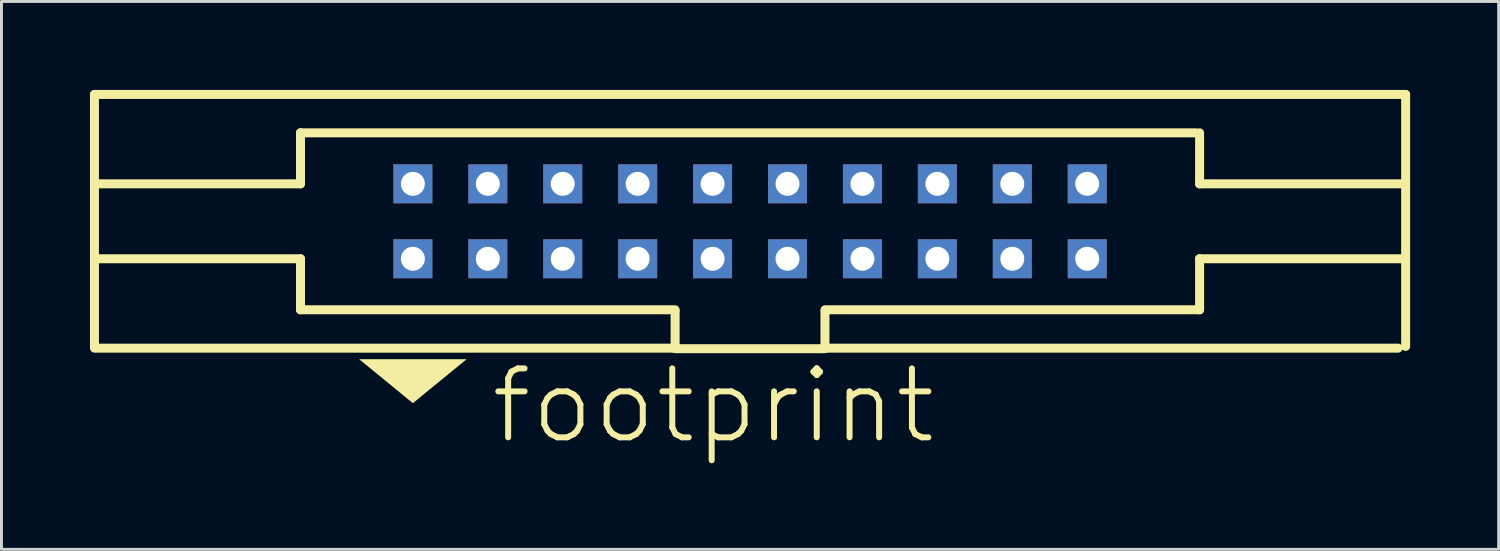
<source format=kicad_pcb>
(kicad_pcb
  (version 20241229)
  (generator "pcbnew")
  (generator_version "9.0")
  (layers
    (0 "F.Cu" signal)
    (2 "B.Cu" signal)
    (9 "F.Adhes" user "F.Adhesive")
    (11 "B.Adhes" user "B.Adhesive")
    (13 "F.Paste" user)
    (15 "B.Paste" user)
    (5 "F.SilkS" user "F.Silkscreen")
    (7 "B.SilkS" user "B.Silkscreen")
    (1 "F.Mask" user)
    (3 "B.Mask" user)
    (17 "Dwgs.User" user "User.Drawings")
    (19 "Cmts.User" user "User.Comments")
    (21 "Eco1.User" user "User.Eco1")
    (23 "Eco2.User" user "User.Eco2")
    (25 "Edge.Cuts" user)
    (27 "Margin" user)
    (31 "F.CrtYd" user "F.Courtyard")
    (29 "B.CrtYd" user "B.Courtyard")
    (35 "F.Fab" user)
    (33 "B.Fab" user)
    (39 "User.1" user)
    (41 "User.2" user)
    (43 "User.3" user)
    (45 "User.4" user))
  (footprint "footprint"
    (layer "F.Cu")
    (at 22.377 4.452)
    (property "Reference" "footprint" (at -8.89 7.62 0) (layer "F.SilkS") (effects (font (size 2.337 2.337) (thickness 0.203)) (justify left bottom)))
    (fp_line (start -22.225 -4.3) (end -22.225 4.242) (stroke (width 0.305) (type solid)) (layer "F.SilkS"))
    (fp_line (start -22.225 4.3) (end -2.54 4.3) (stroke (width 0.305) (type solid)) (layer "F.SilkS"))
    (fp_line (start -15.24 -1.27) (end -22.098 -1.27) (stroke (width 0.305) (type solid)) (layer "F.SilkS"))
    (fp_line (start -15.24 -1.27) (end -15.24 -3) (stroke (width 0.305) (type solid)) (layer "F.SilkS"))
    (fp_line (start -15.24 1.27) (end -22.098 1.27) (stroke (width 0.305) (type solid)) (layer "F.SilkS"))
    (fp_line (start -15.24 3) (end -15.24 1.27) (stroke (width 0.305) (type solid)) (layer "F.SilkS"))
    (fp_line (start -2.54 3) (end -15.24 3) (stroke (width 0.305) (type solid)) (layer "F.SilkS"))
    (fp_line (start -2.54 4.3) (end -2.54 3.048) (stroke (width 0.305) (type solid)) (layer "F.SilkS"))
    (fp_line (start -2.54 4.318) (end 2.54 4.318) (stroke (width 0.305) (type solid)) (layer "F.SilkS"))
    (fp_line (start 2.54 3.048) (end 2.54 4.3) (stroke (width 0.305) (type solid)) (layer "F.SilkS"))
    (fp_line (start 2.54 4.3) (end 21.971 4.3) (stroke (width 0.305) (type solid)) (layer "F.SilkS"))
    (fp_line (start 15.113 -3) (end -15.24 -3) (stroke (width 0.305) (type solid)) (layer "F.SilkS"))
    (fp_line (start 15.24 -1.27) (end 15.24 -3) (stroke (width 0.305) (type solid)) (layer "F.SilkS"))
    (fp_line (start 15.24 -1.27) (end 22.098 -1.27) (stroke (width 0.305) (type solid)) (layer "F.SilkS"))
    (fp_line (start 15.24 1.27) (end 22.098 1.27) (stroke (width 0.305) (type solid)) (layer "F.SilkS"))
    (fp_line (start 15.24 3) (end 2.54 3) (stroke (width 0.305) (type solid)) (layer "F.SilkS"))
    (fp_line (start 15.24 3) (end 15.24 1.27) (stroke (width 0.305) (type solid)) (layer "F.SilkS"))
    (fp_line (start 22.225 -4.3) (end -22.225 -4.3) (stroke (width 0.305) (type solid)) (layer "F.SilkS"))
    (fp_line (start 22.225 4.242) (end 22.225 -4.3) (stroke (width 0.305) (type solid)) (layer "F.SilkS"))
    (fp_poly (pts (xy -11.43 6.166) (xy -13.254 4.674) (xy -9.606 4.674)) (stroke (width 0) (type solid)) (fill yes) (layer "F.SilkS"))
    (pad "1" thru_hole rect (at -11.43 1.27) (size 1.321 1.321) (drill 0.813) (layers "*.Cu" "*.Mask"))
    (pad "2" thru_hole rect (at -11.43 -1.27) (size 1.321 1.321) (drill 0.813) (layers "*.Cu" "*.Mask"))
    (pad "3" thru_hole rect (at -8.89 1.27) (size 1.321 1.321) (drill 0.813) (layers "*.Cu" "*.Mask"))
    (pad "4" thru_hole rect (at -8.89 -1.27) (size 1.321 1.321) (drill 0.813) (layers "*.Cu" "*.Mask"))
    (pad "5" thru_hole rect (at -6.35 1.27) (size 1.321 1.321) (drill 0.813) (layers "*.Cu" "*.Mask"))
    (pad "6" thru_hole rect (at -6.35 -1.27) (size 1.321 1.321) (drill 0.813) (layers "*.Cu" "*.Mask"))
    (pad "7" thru_hole rect (at -3.81 1.27) (size 1.321 1.321) (drill 0.813) (layers "*.Cu" "*.Mask"))
    (pad "8" thru_hole rect (at -3.81 -1.27) (size 1.321 1.321) (drill 0.813) (layers "*.Cu" "*.Mask"))
    (pad "9" thru_hole rect (at -1.27 1.27) (size 1.321 1.321) (drill 0.813) (layers "*.Cu" "*.Mask"))
    (pad "10" thru_hole rect (at -1.27 -1.27) (size 1.321 1.321) (drill 0.813) (layers "*.Cu" "*.Mask"))
    (pad "11" thru_hole rect (at 1.27 1.27) (size 1.321 1.321) (drill 0.813) (layers "*.Cu" "*.Mask"))
    (pad "12" thru_hole rect (at 1.27 -1.27) (size 1.321 1.321) (drill 0.813) (layers "*.Cu" "*.Mask"))
    (pad "13" thru_hole rect (at 3.81 1.27) (size 1.321 1.321) (drill 0.813) (layers "*.Cu" "*.Mask"))
    (pad "14" thru_hole rect (at 3.81 -1.27) (size 1.321 1.321) (drill 0.813) (layers "*.Cu" "*.Mask"))
    (pad "15" thru_hole rect (at 6.35 1.27) (size 1.321 1.321) (drill 0.813) (layers "*.Cu" "*.Mask"))
    (pad "16" thru_hole rect (at 6.35 -1.27) (size 1.321 1.321) (drill 0.813) (layers "*.Cu" "*.Mask"))
    (pad "17" thru_hole rect (at 8.89 1.27) (size 1.321 1.321) (drill 0.813) (layers "*.Cu" "*.Mask"))
    (pad "18" thru_hole rect (at 8.89 -1.27) (size 1.321 1.321) (drill 0.813) (layers "*.Cu" "*.Mask"))
    (pad "19" thru_hole rect (at 11.43 1.27) (size 1.321 1.321) (drill 0.813) (layers "*.Cu" "*.Mask"))
    (pad "20" thru_hole rect (at 11.43 -1.27) (size 1.321 1.321) (drill 0.813) (layers "*.Cu" "*.Mask")))
  (gr_rect
    (start -3 -3)
    (end 47.755 15.573)
    (stroke (width 0.1) (type default))
    (fill no)
    (layer "Edge.Cuts")))
</source>
